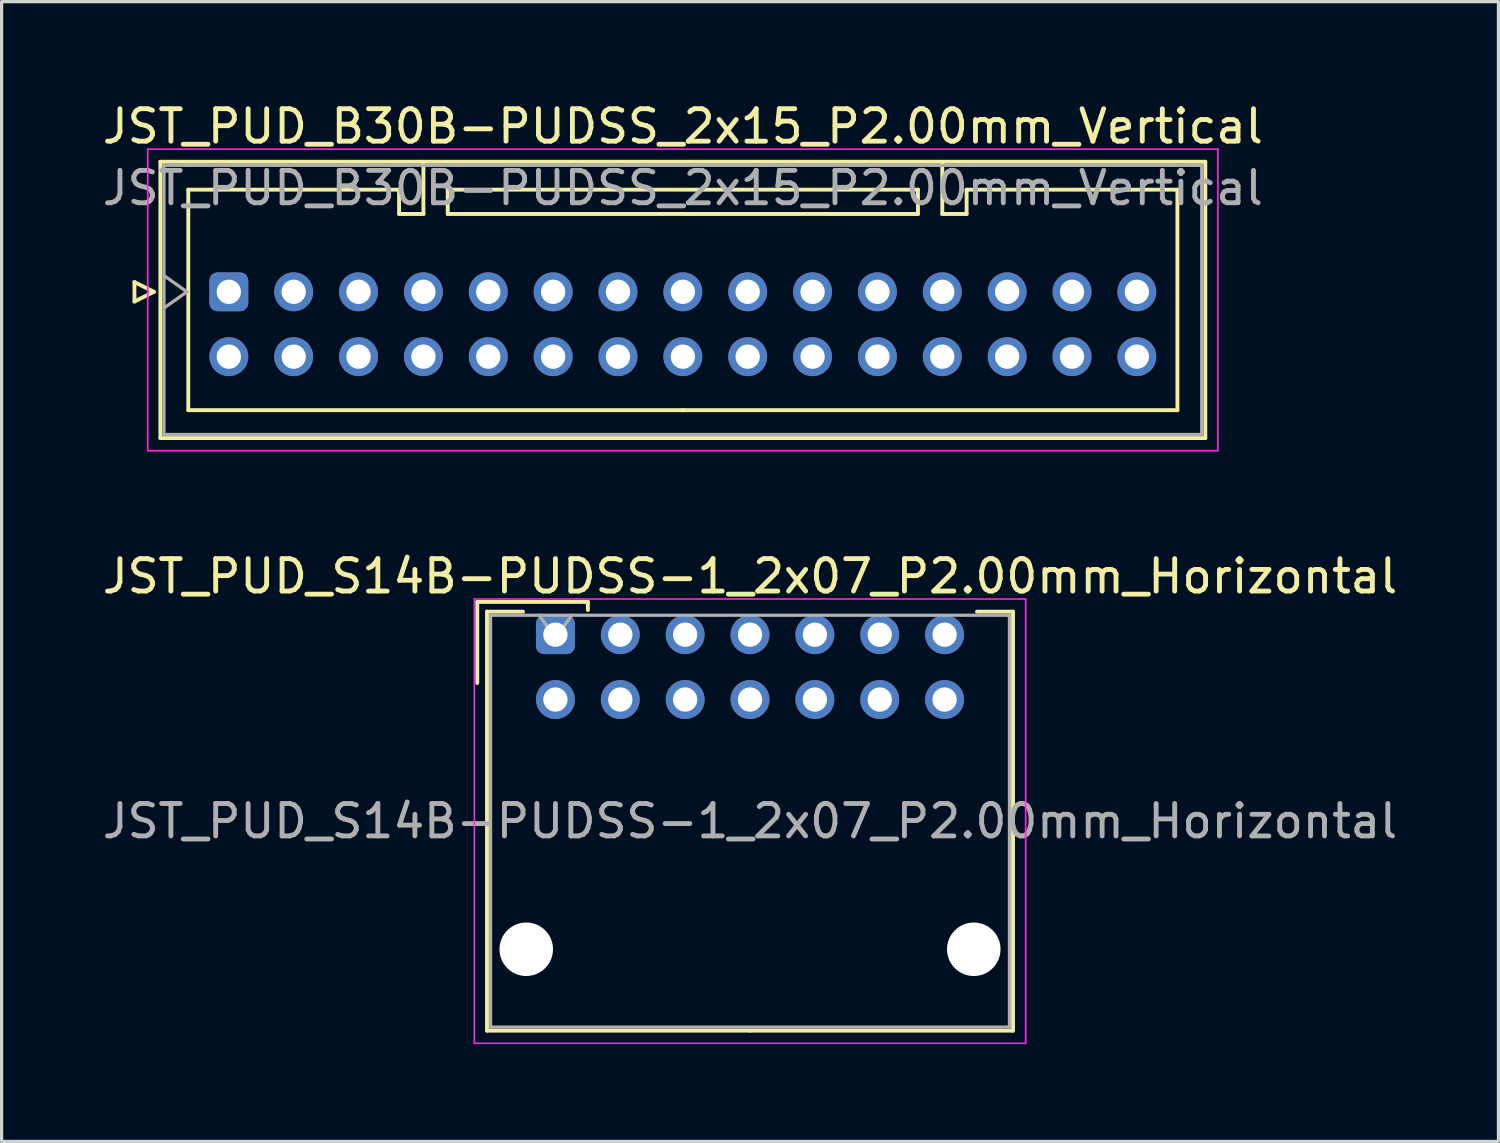
<source format=kicad_pcb>
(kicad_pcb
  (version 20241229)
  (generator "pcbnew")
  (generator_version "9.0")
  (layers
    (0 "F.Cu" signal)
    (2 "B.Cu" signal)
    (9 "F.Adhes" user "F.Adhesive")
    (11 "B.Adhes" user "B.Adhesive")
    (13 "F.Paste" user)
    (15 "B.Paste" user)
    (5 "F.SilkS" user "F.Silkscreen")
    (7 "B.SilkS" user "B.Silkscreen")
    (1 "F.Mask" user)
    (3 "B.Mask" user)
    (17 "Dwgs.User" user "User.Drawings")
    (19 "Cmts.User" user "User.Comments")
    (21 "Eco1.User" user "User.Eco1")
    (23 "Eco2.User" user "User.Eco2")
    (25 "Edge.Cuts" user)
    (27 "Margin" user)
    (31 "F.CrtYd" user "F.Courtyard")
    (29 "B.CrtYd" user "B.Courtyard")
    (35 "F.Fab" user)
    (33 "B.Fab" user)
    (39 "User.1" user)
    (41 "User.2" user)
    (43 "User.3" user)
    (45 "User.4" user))
  (footprint "JST_PUD_S14B-PUDSS-1_2x07_P2.00mm_Horizontal"
    (layer "F.Cu")
    (at 14.077 16.521)
    (property "Reference" "JST_PUD_S14B-PUDSS-1_2x07_P2.00mm_Horizontal" (at 6 -1.8 0) (layer "F.SilkS") (effects (font (size 1 1) (thickness 0.15))))
    (attr through_hole)
    (fp_line (start -2.41 -1.01) (end -2.41 1.49) (stroke (width 0.12) (type solid)) (layer "F.SilkS"))
    (fp_line (start -2.11 -0.71) (end -2.11 12.21) (stroke (width 0.12) (type solid)) (layer "F.SilkS"))
    (fp_line (start -2.11 12.21) (end 6 12.21) (stroke (width 0.12) (type solid)) (layer "F.SilkS"))
    (fp_line (start -1 -0.71) (end -2.11 -0.71) (stroke (width 0.12) (type solid)) (layer "F.SilkS"))
    (fp_line (start 1 -1.01) (end -2.41 -1.01) (stroke (width 0.12) (type solid)) (layer "F.SilkS"))
    (fp_line (start 1 -0.76) (end 1 -1.01) (stroke (width 0.12) (type solid)) (layer "F.SilkS"))
    (fp_line (start 13 -0.71) (end 14.11 -0.71) (stroke (width 0.12) (type solid)) (layer "F.SilkS"))
    (fp_line (start 14.11 -0.71) (end 14.11 12.21) (stroke (width 0.12) (type solid)) (layer "F.SilkS"))
    (fp_line (start 14.11 12.21) (end 6 12.21) (stroke (width 0.12) (type solid)) (layer "F.SilkS"))
    (fp_line (start -2.5 -1.1) (end -2.5 12.6) (stroke (width 0.05) (type solid)) (layer "F.CrtYd"))
    (fp_line (start -2.5 12.6) (end 14.5 12.6) (stroke (width 0.05) (type solid)) (layer "F.CrtYd"))
    (fp_line (start 14.5 -1.1) (end -2.5 -1.1) (stroke (width 0.05) (type solid)) (layer "F.CrtYd"))
    (fp_line (start 14.5 12.6) (end 14.5 -1.1) (stroke (width 0.05) (type solid)) (layer "F.CrtYd"))
    (fp_line (start -2 -0.6) (end -2 12.1) (stroke (width 0.1) (type solid)) (layer "F.Fab"))
    (fp_line (start -2 12.1) (end 14 12.1) (stroke (width 0.1) (type solid)) (layer "F.Fab"))
    (fp_line (start 0 0.107) (end -0.5 -0.6) (stroke (width 0.1) (type solid)) (layer "F.Fab"))
    (fp_line (start 0.5 -0.6) (end 0 0.107) (stroke (width 0.1) (type solid)) (layer "F.Fab"))
    (fp_line (start 14 -0.6) (end -2 -0.6) (stroke (width 0.1) (type solid)) (layer "F.Fab"))
    (fp_line (start 14 12.1) (end 14 -0.6) (stroke (width 0.1) (type solid)) (layer "F.Fab"))
    (fp_text user "${REFERENCE}" (at 6 5.75 0) (layer "F.Fab") (effects (font (size 1 1) (thickness 0.15))))
    (pad "" np_thru_hole circle (at -0.9 9.7) (size 1.65 1.65) (drill 1.65) (layers "*.Cu" "*.Mask"))
    (pad "" np_thru_hole circle (at 12.9 9.7) (size 1.65 1.65) (drill 1.65) (layers "*.Cu" "*.Mask"))
    (pad "1" thru_hole roundrect (at 0 0) (size 1.2 1.2) (drill 0.75) (layers "*.Cu" "*.Mask") (roundrect_rratio 0.208))
    (pad "2" thru_hole circle (at 0 2) (size 1.2 1.2) (drill 0.75) (layers "*.Cu" "*.Mask"))
    (pad "3" thru_hole circle (at 2 0) (size 1.2 1.2) (drill 0.75) (layers "*.Cu" "*.Mask"))
    (pad "4" thru_hole circle (at 2 2) (size 1.2 1.2) (drill 0.75) (layers "*.Cu" "*.Mask"))
    (pad "5" thru_hole circle (at 4 0) (size 1.2 1.2) (drill 0.75) (layers "*.Cu" "*.Mask"))
    (pad "6" thru_hole circle (at 4 2) (size 1.2 1.2) (drill 0.75) (layers "*.Cu" "*.Mask"))
    (pad "7" thru_hole circle (at 6 0) (size 1.2 1.2) (drill 0.75) (layers "*.Cu" "*.Mask"))
    (pad "8" thru_hole circle (at 6 2) (size 1.2 1.2) (drill 0.75) (layers "*.Cu" "*.Mask"))
    (pad "9" thru_hole circle (at 8 0) (size 1.2 1.2) (drill 0.75) (layers "*.Cu" "*.Mask"))
    (pad "10" thru_hole circle (at 8 2) (size 1.2 1.2) (drill 0.75) (layers "*.Cu" "*.Mask"))
    (pad "11" thru_hole circle (at 10 0) (size 1.2 1.2) (drill 0.75) (layers "*.Cu" "*.Mask"))
    (pad "12" thru_hole circle (at 10 2) (size 1.2 1.2) (drill 0.75) (layers "*.Cu" "*.Mask"))
    (pad "13" thru_hole circle (at 12 0) (size 1.2 1.2) (drill 0.75) (layers "*.Cu" "*.Mask"))
    (pad "14" thru_hole circle (at 12 2) (size 1.2 1.2) (drill 0.75) (layers "*.Cu" "*.Mask")))
  (footprint "JST_PUD_B30B-PUDSS_2x15_P2.00mm_Vertical"
    (layer "F.Cu")
    (at 4.006 5.948)
    (property "Reference" "JST_PUD_B30B-PUDSS_2x15_P2.00mm_Vertical" (at 14 -5.1 0) (layer "F.SilkS") (effects (font (size 1 1) (thickness 0.15))))
    (attr through_hole)
    (fp_line (start -2.91 -0.3) (end -2.31 0) (stroke (width 0.12) (type solid)) (layer "F.SilkS"))
    (fp_line (start -2.91 0.3) (end -2.91 -0.3) (stroke (width 0.12) (type solid)) (layer "F.SilkS"))
    (fp_line (start -2.31 0) (end -2.91 0.3) (stroke (width 0.12) (type solid)) (layer "F.SilkS"))
    (fp_line (start -2.11 -4.01) (end -2.11 4.51) (stroke (width 0.12) (type solid)) (layer "F.SilkS"))
    (fp_line (start -2.11 4.51) (end 30.11 4.51) (stroke (width 0.12) (type solid)) (layer "F.SilkS"))
    (fp_line (start -1.25 -3.15) (end -1.25 3.65) (stroke (width 0.12) (type solid)) (layer "F.SilkS"))
    (fp_line (start -1.25 3.65) (end 14 3.65) (stroke (width 0.12) (type solid)) (layer "F.SilkS"))
    (fp_line (start 5.25 -3.15) (end -1.25 -3.15) (stroke (width 0.12) (type solid)) (layer "F.SilkS"))
    (fp_line (start 5.25 -2.4) (end 5.25 -3.15) (stroke (width 0.12) (type solid)) (layer "F.SilkS"))
    (fp_line (start 6 -4.01) (end 6 -2.4) (stroke (width 0.12) (type solid)) (layer "F.SilkS"))
    (fp_line (start 6 -2.4) (end 5.25 -2.4) (stroke (width 0.12) (type solid)) (layer "F.SilkS"))
    (fp_line (start 6.75 -3.15) (end 6.75 -2.4) (stroke (width 0.12) (type solid)) (layer "F.SilkS"))
    (fp_line (start 6.75 -2.4) (end 21.25 -2.4) (stroke (width 0.12) (type solid)) (layer "F.SilkS"))
    (fp_line (start 21.25 -3.15) (end 6.75 -3.15) (stroke (width 0.12) (type solid)) (layer "F.SilkS"))
    (fp_line (start 21.25 -2.4) (end 21.25 -3.15) (stroke (width 0.12) (type solid)) (layer "F.SilkS"))
    (fp_line (start 22 -4.01) (end 22 -2.4) (stroke (width 0.12) (type solid)) (layer "F.SilkS"))
    (fp_line (start 22 -2.4) (end 22.75 -2.4) (stroke (width 0.12) (type solid)) (layer "F.SilkS"))
    (fp_line (start 22.75 -3.15) (end 29.25 -3.15) (stroke (width 0.12) (type solid)) (layer "F.SilkS"))
    (fp_line (start 22.75 -2.4) (end 22.75 -3.15) (stroke (width 0.12) (type solid)) (layer "F.SilkS"))
    (fp_line (start 29.25 -3.15) (end 29.25 3.65) (stroke (width 0.12) (type solid)) (layer "F.SilkS"))
    (fp_line (start 29.25 3.65) (end 14 3.65) (stroke (width 0.12) (type solid)) (layer "F.SilkS"))
    (fp_line (start 30.11 -4.01) (end -2.11 -4.01) (stroke (width 0.12) (type solid)) (layer "F.SilkS"))
    (fp_line (start 30.11 4.51) (end 30.11 -4.01) (stroke (width 0.12) (type solid)) (layer "F.SilkS"))
    (fp_line (start -2.5 -4.4) (end -2.5 4.9) (stroke (width 0.05) (type solid)) (layer "F.CrtYd"))
    (fp_line (start -2.5 4.9) (end 30.5 4.9) (stroke (width 0.05) (type solid)) (layer "F.CrtYd"))
    (fp_line (start 30.5 -4.4) (end -2.5 -4.4) (stroke (width 0.05) (type solid)) (layer "F.CrtYd"))
    (fp_line (start 30.5 4.9) (end 30.5 -4.4) (stroke (width 0.05) (type solid)) (layer "F.CrtYd"))
    (fp_line (start -2 -3.9) (end -2 4.4) (stroke (width 0.1) (type solid)) (layer "F.Fab"))
    (fp_line (start -2 0.5) (end -1.293 0) (stroke (width 0.1) (type solid)) (layer "F.Fab"))
    (fp_line (start -2 4.4) (end 30 4.4) (stroke (width 0.1) (type solid)) (layer "F.Fab"))
    (fp_line (start -1.293 0) (end -2 -0.5) (stroke (width 0.1) (type solid)) (layer "F.Fab"))
    (fp_line (start 30 -3.9) (end -2 -3.9) (stroke (width 0.1) (type solid)) (layer "F.Fab"))
    (fp_line (start 30 4.4) (end 30 -3.9) (stroke (width 0.1) (type solid)) (layer "F.Fab"))
    (fp_text user "${REFERENCE}" (at 14 -3.2 0) (layer "F.Fab") (effects (font (size 1 1) (thickness 0.15))))
    (pad "1" thru_hole roundrect (at 0 0) (size 1.2 1.2) (drill 0.75) (layers "*.Cu" "*.Mask") (roundrect_rratio 0.208))
    (pad "2" thru_hole circle (at 0 2) (size 1.2 1.2) (drill 0.75) (layers "*.Cu" "*.Mask"))
    (pad "3" thru_hole circle (at 2 0) (size 1.2 1.2) (drill 0.75) (layers "*.Cu" "*.Mask"))
    (pad "4" thru_hole circle (at 2 2) (size 1.2 1.2) (drill 0.75) (layers "*.Cu" "*.Mask"))
    (pad "5" thru_hole circle (at 4 0) (size 1.2 1.2) (drill 0.75) (layers "*.Cu" "*.Mask"))
    (pad "6" thru_hole circle (at 4 2) (size 1.2 1.2) (drill 0.75) (layers "*.Cu" "*.Mask"))
    (pad "7" thru_hole circle (at 6 0) (size 1.2 1.2) (drill 0.75) (layers "*.Cu" "*.Mask"))
    (pad "8" thru_hole circle (at 6 2) (size 1.2 1.2) (drill 0.75) (layers "*.Cu" "*.Mask"))
    (pad "9" thru_hole circle (at 8 0) (size 1.2 1.2) (drill 0.75) (layers "*.Cu" "*.Mask"))
    (pad "10" thru_hole circle (at 8 2) (size 1.2 1.2) (drill 0.75) (layers "*.Cu" "*.Mask"))
    (pad "11" thru_hole circle (at 10 0) (size 1.2 1.2) (drill 0.75) (layers "*.Cu" "*.Mask"))
    (pad "12" thru_hole circle (at 10 2) (size 1.2 1.2) (drill 0.75) (layers "*.Cu" "*.Mask"))
    (pad "13" thru_hole circle (at 12 0) (size 1.2 1.2) (drill 0.75) (layers "*.Cu" "*.Mask"))
    (pad "14" thru_hole circle (at 12 2) (size 1.2 1.2) (drill 0.75) (layers "*.Cu" "*.Mask"))
    (pad "15" thru_hole circle (at 14 0) (size 1.2 1.2) (drill 0.75) (layers "*.Cu" "*.Mask"))
    (pad "16" thru_hole circle (at 14 2) (size 1.2 1.2) (drill 0.75) (layers "*.Cu" "*.Mask"))
    (pad "17" thru_hole circle (at 16 0) (size 1.2 1.2) (drill 0.75) (layers "*.Cu" "*.Mask"))
    (pad "18" thru_hole circle (at 16 2) (size 1.2 1.2) (drill 0.75) (layers "*.Cu" "*.Mask"))
    (pad "19" thru_hole circle (at 18 0) (size 1.2 1.2) (drill 0.75) (layers "*.Cu" "*.Mask"))
    (pad "20" thru_hole circle (at 18 2) (size 1.2 1.2) (drill 0.75) (layers "*.Cu" "*.Mask"))
    (pad "21" thru_hole circle (at 20 0) (size 1.2 1.2) (drill 0.75) (layers "*.Cu" "*.Mask"))
    (pad "22" thru_hole circle (at 20 2) (size 1.2 1.2) (drill 0.75) (layers "*.Cu" "*.Mask"))
    (pad "23" thru_hole circle (at 22 0) (size 1.2 1.2) (drill 0.75) (layers "*.Cu" "*.Mask"))
    (pad "24" thru_hole circle (at 22 2) (size 1.2 1.2) (drill 0.75) (layers "*.Cu" "*.Mask"))
    (pad "25" thru_hole circle (at 24 0) (size 1.2 1.2) (drill 0.75) (layers "*.Cu" "*.Mask"))
    (pad "26" thru_hole circle (at 24 2) (size 1.2 1.2) (drill 0.75) (layers "*.Cu" "*.Mask"))
    (pad "27" thru_hole circle (at 26 0) (size 1.2 1.2) (drill 0.75) (layers "*.Cu" "*.Mask"))
    (pad "28" thru_hole circle (at 26 2) (size 1.2 1.2) (drill 0.75) (layers "*.Cu" "*.Mask"))
    (pad "29" thru_hole circle (at 28 0) (size 1.2 1.2) (drill 0.75) (layers "*.Cu" "*.Mask"))
    (pad "30" thru_hole circle (at 28 2) (size 1.2 1.2) (drill 0.75) (layers "*.Cu" "*.Mask")))
  (gr_rect
    (start -3 -3)
    (end 43.155 32.147)
    (stroke (width 0.1) (type default))
    (fill no)
    (layer "Edge.Cuts")))
</source>
